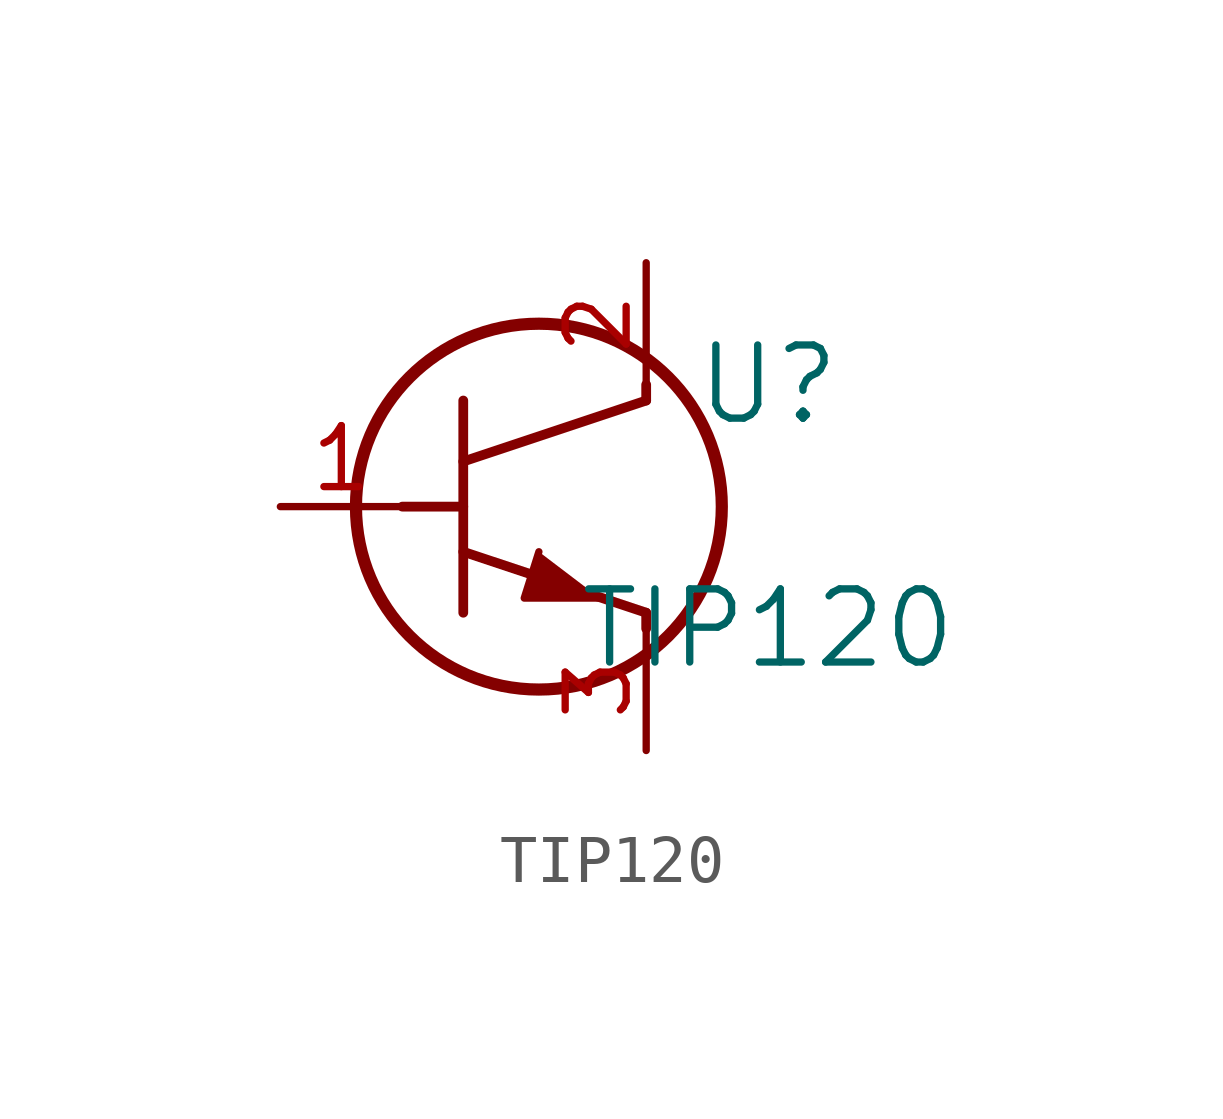
<source format=kicad_sym>
(kicad_symbol_lib
  (version 20211014)
  (generator kicad_symbol_editor)
  (symbol "TIP120"
    (pin_names
      (offset 0.254))
    (property "Reference" "U"
      (at 10.16 2.54 0)
      (effects (font (size 1.524 1.524))))
    (property "Value" "TIP120"
      (at 10.16 -2.54 0)
      (effects (font (size 1.524 1.524))))
    (circle
      (center 5.385 0)
      (radius 3.81)
      (stroke (width 0.254) (type default) (color 0 0 0 0))
      (fill (type none)))
    (polyline
      (pts (xy 3.81 -2.21) (xy 3.81 2.21))
      (stroke (width 0.203) (type default) (color 0 0 0 0))
      (fill (type none)))
    (polyline
      (pts (xy 3.81 0.94) (xy 7.62 2.21))
      (stroke (width 0.203) (type default) (color 0 0 0 0))
      (fill (type none)))
    (polyline
      (pts (xy 3.81 -0.94) (xy 7.62 -2.21))
      (stroke (width 0.203) (type default) (color 0 0 0 0))
      (fill (type none)))
    (polyline
      (pts (xy 7.62 -2.54) (xy 7.62 -2.21))
      (stroke (width 0.203) (type default) (color 0 0 0 0))
      (fill (type none)))
    (polyline
      (pts (xy 7.62 2.21) (xy 7.62 2.54))
      (stroke (width 0.203) (type default) (color 0 0 0 0))
      (fill (type none)))
    (polyline
      (pts (xy 2.54 0) (xy 3.81 0))
      (stroke (width 0.203) (type default) (color 0 0 0 0))
      (fill (type none)))
    (polyline
      (pts (xy 5.385 -0.94) (xy 5.08 -1.905) (xy 6.655 -1.905))
      (stroke (width 0) (type default) (color 0 0 0 0))
      (fill (type outline)))
    (pin unspecified line
      (at 0 0 0)
      (length 2.54)
      (name "" (effects (font (size 1.27 1.27))))
      (number "1" (effects (font (size 1.27 1.27)))))
    (pin unspecified line
      (at 7.62 5.08 270)
      (length 2.54)
      (name "" (effects (font (size 1.27 1.27))))
      (number "2" (effects (font (size 1.27 1.27)))))
    (pin unspecified line
      (at 7.62 -5.08 90)
      (length 2.54)
      (name "" (effects (font (size 1.27 1.27))))
      (number "3" (effects (font (size 1.27 1.27)))))))
</source>
